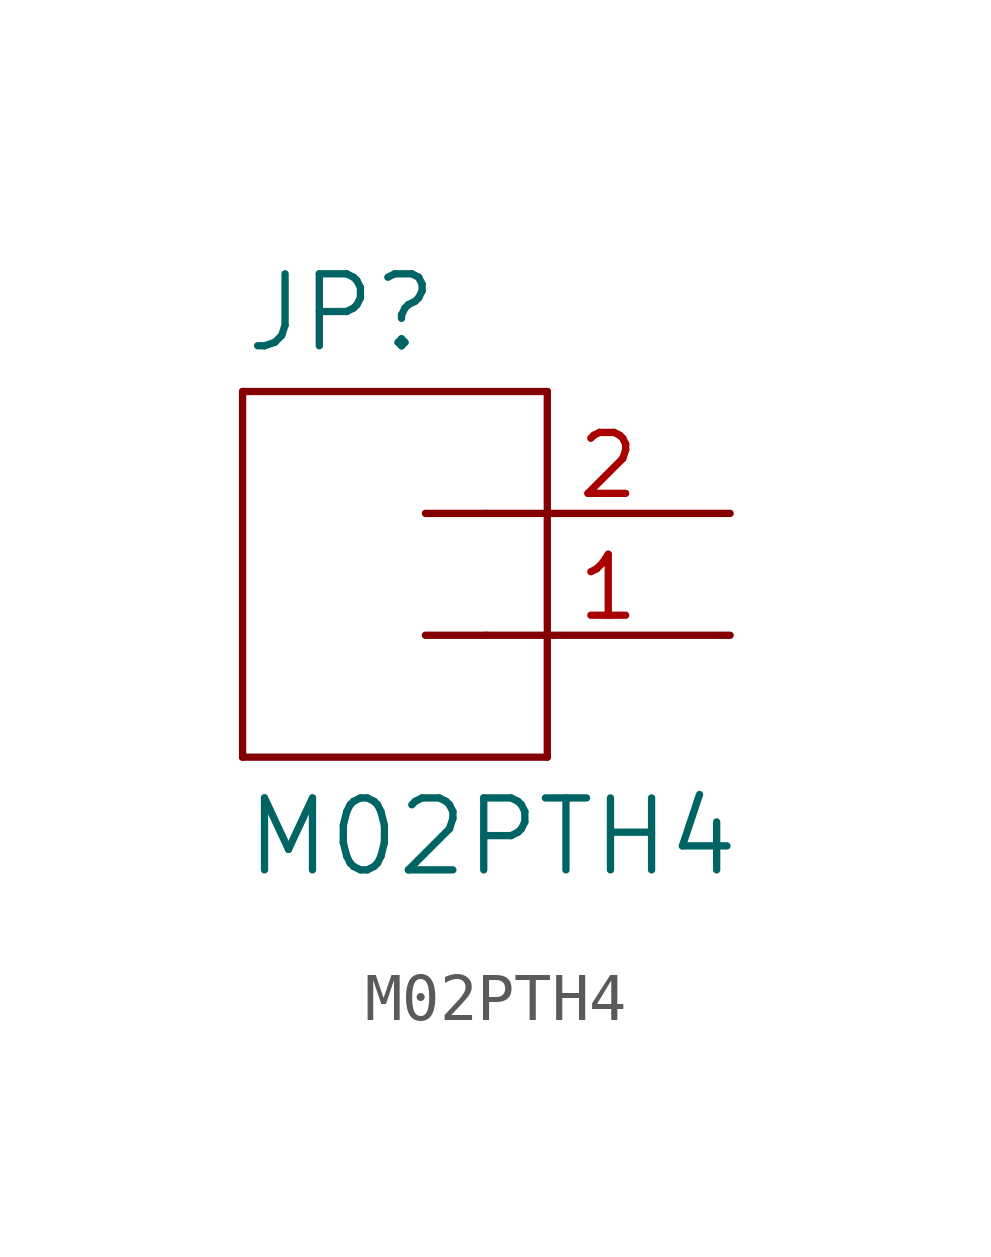
<source format=kicad_sym>
(kicad_symbol_lib
  (version 20211014)
  (generator kicad_symbol_editor)
  (symbol "M02PTH4"
    (pin_names
      (offset 1.016))
    (property "Reference" "JP"
      (at -2.54 5.842 0)
      (effects (font (size 1.499 1.499)) (justify left bottom)))
    (property "Value" "M02PTH4"
      (at -2.54 -5.08 0)
      (effects (font (size 1.499 1.499)) (justify left bottom)))
    (property "ki_locked" ""
      (at 0 0 0)
      (effects (font (size 1.27 1.27))))
    (symbol "M02PTH4_1_0"
      (polyline (pts (xy -2.54 5.08) (xy -2.54 -2.54)) (stroke (width 0) (type default) (color 0 0 0 0)) (fill (type none)))
      (polyline (pts (xy -2.54 5.08) (xy 3.81 5.08)) (stroke (width 0) (type default) (color 0 0 0 0)) (fill (type none)))
      (polyline (pts (xy 1.27 0) (xy 2.54 0)) (stroke (width 0) (type default) (color 0 0 0 0)) (fill (type none)))
      (polyline (pts (xy 1.27 2.54) (xy 2.54 2.54)) (stroke (width 0) (type default) (color 0 0 0 0)) (fill (type none)))
      (polyline (pts (xy 3.81 -2.54) (xy -2.54 -2.54)) (stroke (width 0) (type default) (color 0 0 0 0)) (fill (type none)))
      (polyline (pts (xy 3.81 -2.54) (xy 3.81 5.08)) (stroke (width 0) (type default) (color 0 0 0 0)) (fill (type none)))
      (pin passive line (at 7.62 0 180) (length 5.08) (name "1" (effects (font (size 0 0)))) (number "1" (effects (font (size 1.27 1.27)))))
      (pin passive line (at 7.62 2.54 180) (length 5.08) (name "2" (effects (font (size 0 0)))) (number "2" (effects (font (size 1.27 1.27))))))))
</source>
